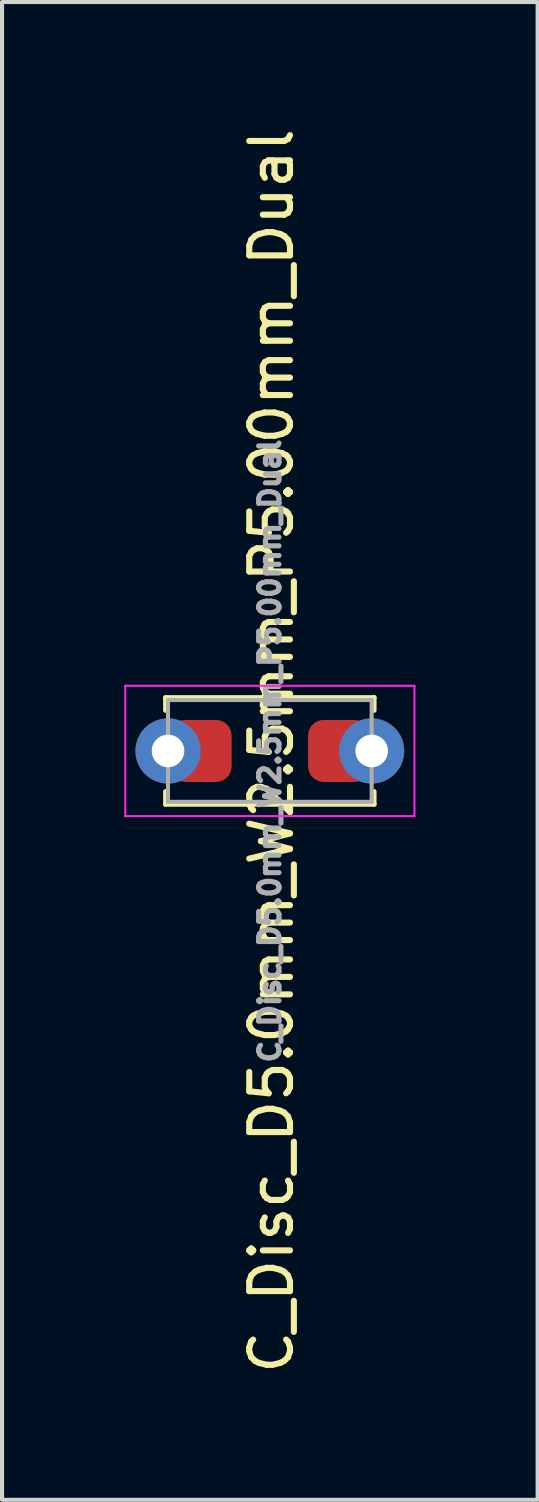
<source format=kicad_pcb>
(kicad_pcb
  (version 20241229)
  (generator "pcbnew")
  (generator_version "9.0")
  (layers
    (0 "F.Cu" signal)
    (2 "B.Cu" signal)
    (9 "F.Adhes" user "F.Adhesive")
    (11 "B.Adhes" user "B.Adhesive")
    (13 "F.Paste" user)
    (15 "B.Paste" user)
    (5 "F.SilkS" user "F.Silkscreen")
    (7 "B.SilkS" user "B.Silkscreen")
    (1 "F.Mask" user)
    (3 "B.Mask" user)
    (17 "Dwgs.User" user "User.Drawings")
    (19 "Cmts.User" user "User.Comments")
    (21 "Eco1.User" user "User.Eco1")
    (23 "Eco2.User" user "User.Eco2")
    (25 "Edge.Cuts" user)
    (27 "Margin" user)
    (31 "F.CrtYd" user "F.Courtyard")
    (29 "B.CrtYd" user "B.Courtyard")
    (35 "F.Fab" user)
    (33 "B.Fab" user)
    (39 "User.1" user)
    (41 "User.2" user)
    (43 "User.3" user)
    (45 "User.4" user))
  (footprint "C_Disc_D5.0mm_W2.5mm_P5.00mm_Dual"
    (layer "F.Cu")
    (at 1.075 15.387)
    (property "Reference" "C_Disc_D5.0mm_W2.5mm_P5.00mm_Dual" (at 2.54 0 90) (layer "F.SilkS") (effects (font (size 1 1) (thickness 0.15))))
    (attr through_hole)
    (fp_line (start -0.06 -1.31) (end -0.06 -0.996) (stroke (width 0.12) (type solid)) (layer "F.SilkS"))
    (fp_line (start -0.06 -1.31) (end 5.06 -1.31) (stroke (width 0.12) (type solid)) (layer "F.SilkS"))
    (fp_line (start -0.06 0.996) (end -0.06 1.31) (stroke (width 0.12) (type solid)) (layer "F.SilkS"))
    (fp_line (start -0.06 1.31) (end 5.06 1.31) (stroke (width 0.12) (type solid)) (layer "F.SilkS"))
    (fp_line (start 5.06 -1.31) (end 5.06 -0.996) (stroke (width 0.12) (type solid)) (layer "F.SilkS"))
    (fp_line (start 5.06 0.996) (end 5.06 1.31) (stroke (width 0.12) (type solid)) (layer "F.SilkS"))
    (fp_line (start -1.05 -1.6) (end -1.05 1.6) (stroke (width 0.05) (type solid)) (layer "F.CrtYd"))
    (fp_line (start -1.05 1.6) (end 6.05 1.6) (stroke (width 0.05) (type solid)) (layer "F.CrtYd"))
    (fp_line (start 6.05 -1.6) (end -1.05 -1.6) (stroke (width 0.05) (type solid)) (layer "F.CrtYd"))
    (fp_line (start 6.05 1.6) (end 6.05 -1.6) (stroke (width 0.05) (type solid)) (layer "F.CrtYd"))
    (fp_line (start 0 -1.25) (end 0 1.25) (stroke (width 0.1) (type solid)) (layer "F.Fab"))
    (fp_line (start 0 1.25) (end 5 1.25) (stroke (width 0.1) (type solid)) (layer "F.Fab"))
    (fp_line (start 5 -1.25) (end 0 -1.25) (stroke (width 0.1) (type solid)) (layer "F.Fab"))
    (fp_line (start 5 1.25) (end 5 -1.25) (stroke (width 0.1) (type solid)) (layer "F.Fab"))
    (fp_text user "${REFERENCE}" (at 2.5 0 90) (layer "F.Fab") (effects (font (size 0.5 0.5) (thickness 0.125))))
    (pad "1" thru_hole circle (at 0 0) (size 1.6 1.6) (drill 0.8) (layers "*.Cu" "*.Mask"))
    (pad "1" smd roundrect (at 0.8 0) (size 1.524 1.524) (layers "F.Cu" "F.Mask" "F.Paste") (roundrect_rratio 0.25))
    (pad "2" smd roundrect (at 4.2 0) (size 1.524 1.524) (layers "F.Cu" "F.Mask" "F.Paste") (roundrect_rratio 0.25))
    (pad "2" thru_hole circle (at 5 0) (size 1.6 1.6) (drill 0.8) (layers "*.Cu" "*.Mask")))
  (gr_rect
    (start -3 -3)
    (end 10.15 33.774)
    (stroke (width 0.1) (type default))
    (fill no)
    (layer "Edge.Cuts")))
</source>
